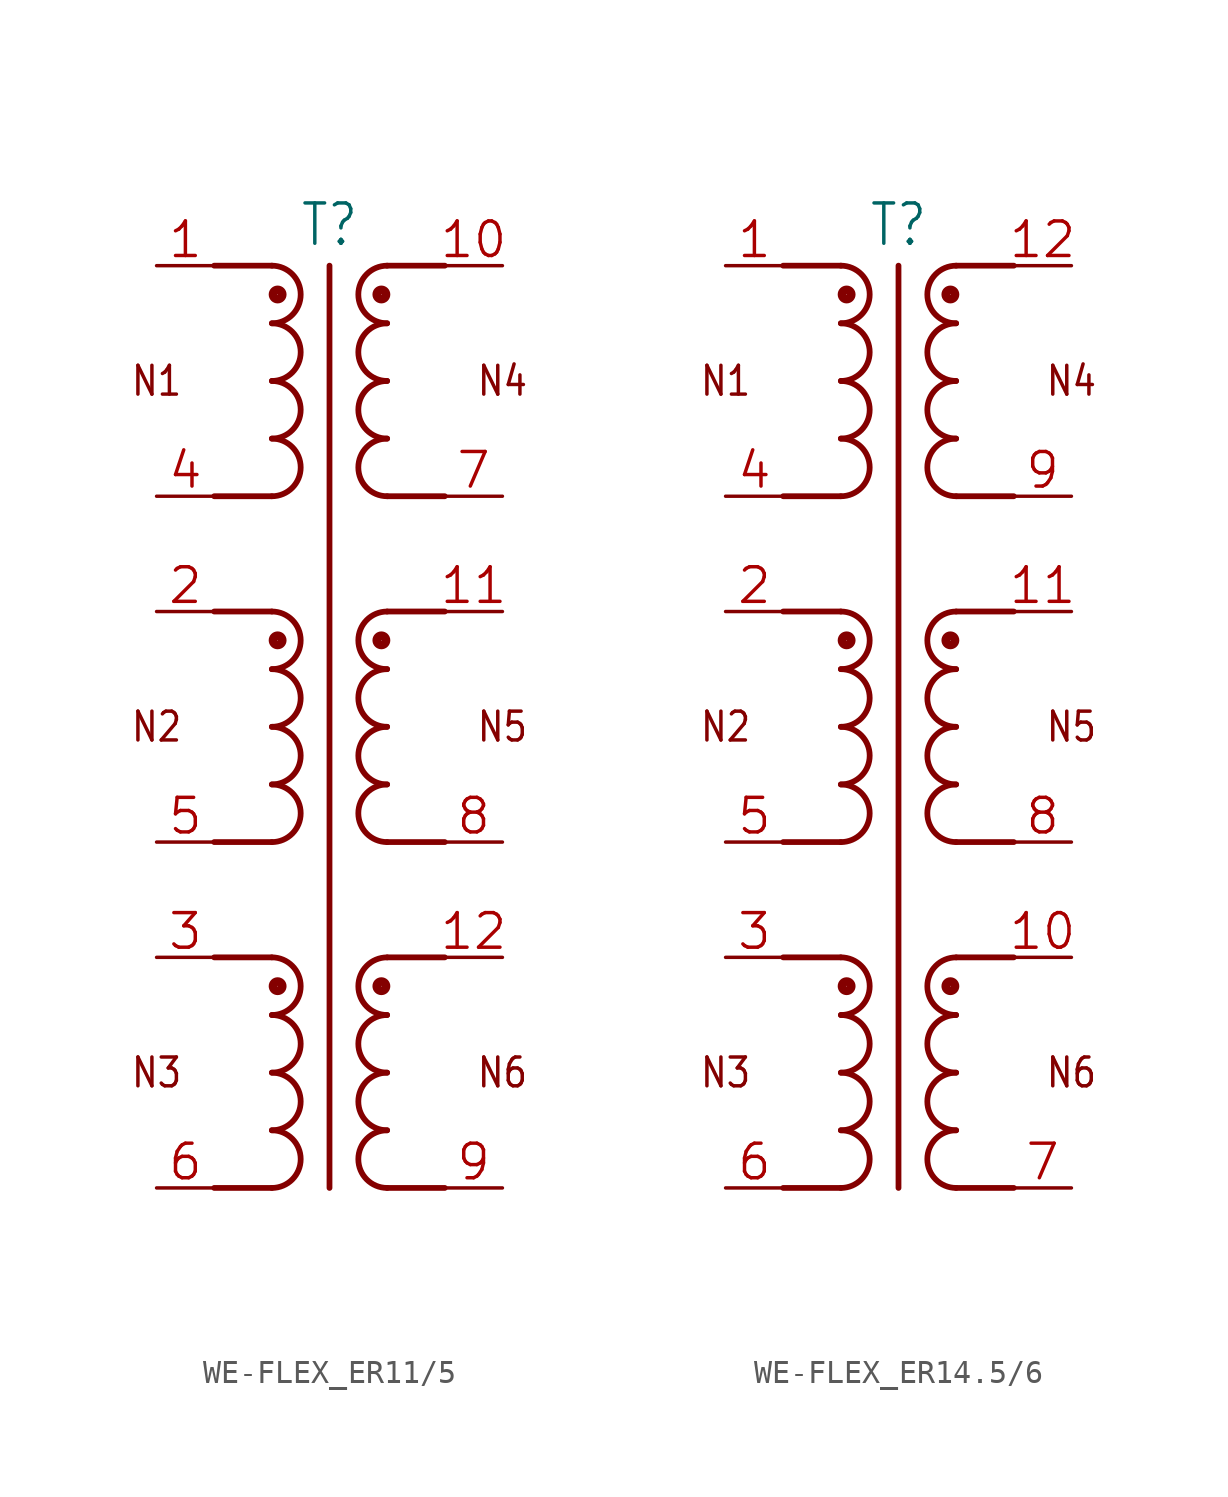
<source format=kicad_sym>
(kicad_symbol_lib
  (version 20241209)
  (generator "kicad_symbol_editor")
  (generator_version "9.0")
  (symbol "WE-FLEX_ER11/5"
    (property "Reference" "T"
      (at 0 21.082 0)
      (effects (font (size 1.778 1.511)) (justify bottom)))
    (property "Value" ""
      (at 0 -22.86 0)
      (effects (font (size 1.778 1.511)) (justify bottom)))
    (property "ki_locked" ""
      (at 0 0 0)
      (effects (font (size 1.27 1.27))))
    (symbol "WE-FLEX_ER11/5_1_0"
      (polyline (pts (xy -2.54 20.32) (xy -5.08 20.32)) (stroke (width 0.254) (type solid)) (fill (type none)))
      (arc (start -2.54 20.32) (mid -1.27 19.05) (end -2.54 17.78) (stroke (width 0.254) (type solid)) (fill (type none)))
      (arc (start -2.54 17.78) (mid -1.27 16.51) (end -2.54 15.24) (stroke (width 0.254) (type solid)) (fill (type none)))
      (arc (start -2.54 15.24) (mid -1.27 13.97) (end -2.54 12.7) (stroke (width 0.254) (type solid)) (fill (type none)))
      (arc (start -2.54 12.7) (mid -1.27 11.43) (end -2.54 10.16) (stroke (width 0.254) (type solid)) (fill (type none)))
      (polyline (pts (xy -2.54 10.16) (xy -5.08 10.16)) (stroke (width 0.254) (type solid)) (fill (type none)))
      (polyline (pts (xy -2.54 5.08) (xy -5.08 5.08)) (stroke (width 0.254) (type solid)) (fill (type none)))
      (arc (start -2.54 5.08) (mid -1.27 3.81) (end -2.54 2.54) (stroke (width 0.254) (type solid)) (fill (type none)))
      (arc (start -2.54 2.54) (mid -1.27 1.27) (end -2.54 0) (stroke (width 0.254) (type solid)) (fill (type none)))
      (arc (start -2.54 0) (mid -1.27 -1.27) (end -2.54 -2.54) (stroke (width 0.254) (type solid)) (fill (type none)))
      (arc (start -2.54 -2.54) (mid -1.27 -3.81) (end -2.54 -5.08) (stroke (width 0.254) (type solid)) (fill (type none)))
      (polyline (pts (xy -2.54 -5.08) (xy -5.08 -5.08)) (stroke (width 0.254) (type solid)) (fill (type none)))
      (polyline (pts (xy -2.54 -10.16) (xy -5.08 -10.16)) (stroke (width 0.254) (type solid)) (fill (type none)))
      (arc (start -2.54 -10.16) (mid -1.27 -11.43) (end -2.54 -12.7) (stroke (width 0.254) (type solid)) (fill (type none)))
      (arc (start -2.54 -12.7) (mid -1.27 -13.97) (end -2.54 -15.24) (stroke (width 0.254) (type solid)) (fill (type none)))
      (arc (start -2.54 -15.24) (mid -1.27 -16.51) (end -2.54 -17.78) (stroke (width 0.254) (type solid)) (fill (type none)))
      (arc (start -2.54 -17.78) (mid -1.27 -19.05) (end -2.54 -20.32) (stroke (width 0.254) (type solid)) (fill (type none)))
      (polyline (pts (xy -2.54 -20.32) (xy -5.08 -20.32)) (stroke (width 0.254) (type solid)) (fill (type none)))
      (circle (center -2.286 19.05) (radius 0.203) (stroke (width 0.381) (type solid)) (fill (type none)))
      (circle (center -2.286 3.81) (radius 0.203) (stroke (width 0.381) (type solid)) (fill (type none)))
      (circle (center -2.286 -11.43) (radius 0.203) (stroke (width 0.381) (type solid)) (fill (type none)))
      (polyline (pts (xy 0 20.32) (xy 0 -20.32)) (stroke (width 0.254) (type solid)) (fill (type none)))
      (circle (center 2.286 19.05) (radius 0.203) (stroke (width 0.381) (type solid)) (fill (type none)))
      (circle (center 2.286 3.81) (radius 0.203) (stroke (width 0.381) (type solid)) (fill (type none)))
      (circle (center 2.286 -11.43) (radius 0.203) (stroke (width 0.381) (type solid)) (fill (type none)))
      (polyline (pts (xy 2.54 20.32) (xy 5.08 20.32)) (stroke (width 0.254) (type solid)) (fill (type none)))
      (arc (start 2.54 17.78) (mid 1.27 19.05) (end 2.54 20.32) (stroke (width 0.254) (type solid)) (fill (type none)))
      (arc (start 2.54 15.24) (mid 1.27 16.51) (end 2.54 17.78) (stroke (width 0.254) (type solid)) (fill (type none)))
      (arc (start 2.54 12.7) (mid 1.27 13.97) (end 2.54 15.24) (stroke (width 0.254) (type solid)) (fill (type none)))
      (arc (start 2.54 10.16) (mid 1.27 11.43) (end 2.54 12.7) (stroke (width 0.254) (type solid)) (fill (type none)))
      (polyline (pts (xy 2.54 10.16) (xy 5.08 10.16)) (stroke (width 0.254) (type solid)) (fill (type none)))
      (polyline (pts (xy 2.54 5.08) (xy 5.08 5.08)) (stroke (width 0.254) (type solid)) (fill (type none)))
      (arc (start 2.54 2.54) (mid 1.27 3.81) (end 2.54 5.08) (stroke (width 0.254) (type solid)) (fill (type none)))
      (arc (start 2.54 0) (mid 1.27 1.27) (end 2.54 2.54) (stroke (width 0.254) (type solid)) (fill (type none)))
      (arc (start 2.54 -2.54) (mid 1.27 -1.27) (end 2.54 0) (stroke (width 0.254) (type solid)) (fill (type none)))
      (arc (start 2.54 -5.08) (mid 1.27 -3.81) (end 2.54 -2.54) (stroke (width 0.254) (type solid)) (fill (type none)))
      (polyline (pts (xy 2.54 -5.08) (xy 5.08 -5.08)) (stroke (width 0.254) (type solid)) (fill (type none)))
      (polyline (pts (xy 2.54 -10.16) (xy 5.08 -10.16)) (stroke (width 0.254) (type solid)) (fill (type none)))
      (arc (start 2.54 -12.7) (mid 1.27 -11.43) (end 2.54 -10.16) (stroke (width 0.254) (type solid)) (fill (type none)))
      (arc (start 2.54 -15.24) (mid 1.27 -13.97) (end 2.54 -12.7) (stroke (width 0.254) (type solid)) (fill (type none)))
      (arc (start 2.54 -17.78) (mid 1.27 -16.51) (end 2.54 -15.24) (stroke (width 0.254) (type solid)) (fill (type none)))
      (arc (start 2.54 -20.32) (mid 1.27 -19.05) (end 2.54 -17.78) (stroke (width 0.254) (type solid)) (fill (type none)))
      (polyline (pts (xy 2.54 -20.32) (xy 5.08 -20.32)) (stroke (width 0.254) (type solid)) (fill (type none)))
      (text "N1" (at -7.62 15.24 0) (effects (font (size 1.27 1.079))))
      (text "N2" (at -7.62 0 0) (effects (font (size 1.27 1.079))))
      (text "N3" (at -7.62 -15.24 0) (effects (font (size 1.27 1.079))))
      (text "N4" (at 7.62 15.24 0) (effects (font (size 1.27 1.079))))
      (text "N5" (at 7.62 0 0) (effects (font (size 1.27 1.079))))
      (text "N6" (at 7.62 -15.24 0) (effects (font (size 1.27 1.079))))
      (pin passive line (at -7.62 20.32 0) (length 2.54) (name "1" (effects (font (size 0 0)))) (number "1" (effects (font (size 1.524 1.524)))))
      (pin passive line (at -7.62 10.16 0) (length 2.54) (name "4" (effects (font (size 0 0)))) (number "4" (effects (font (size 1.524 1.524)))))
      (pin passive line (at -7.62 5.08 0) (length 2.54) (name "2" (effects (font (size 0 0)))) (number "2" (effects (font (size 1.524 1.524)))))
      (pin passive line (at -7.62 -5.08 0) (length 2.54) (name "5" (effects (font (size 0 0)))) (number "5" (effects (font (size 1.524 1.524)))))
      (pin passive line (at -7.62 -10.16 0) (length 2.54) (name "3" (effects (font (size 0 0)))) (number "3" (effects (font (size 1.524 1.524)))))
      (pin passive line (at -7.62 -20.32 0) (length 2.54) (name "6" (effects (font (size 0 0)))) (number "6" (effects (font (size 1.524 1.524)))))
      (pin passive line (at 7.62 20.32 180) (length 2.54) (name "10" (effects (font (size 0 0)))) (number "10" (effects (font (size 1.524 1.524)))))
      (pin passive line (at 7.62 10.16 180) (length 2.54) (name "7" (effects (font (size 0 0)))) (number "7" (effects (font (size 1.524 1.524)))))
      (pin passive line (at 7.62 5.08 180) (length 2.54) (name "11" (effects (font (size 0 0)))) (number "11" (effects (font (size 1.524 1.524)))))
      (pin passive line (at 7.62 -5.08 180) (length 2.54) (name "8" (effects (font (size 0 0)))) (number "8" (effects (font (size 1.524 1.524)))))
      (pin passive line (at 7.62 -10.16 180) (length 2.54) (name "12" (effects (font (size 0 0)))) (number "12" (effects (font (size 1.524 1.524)))))
      (pin passive line (at 7.62 -20.32 180) (length 2.54) (name "9" (effects (font (size 0 0)))) (number "9" (effects (font (size 1.524 1.524)))))))
  (symbol "WE-FLEX_ER14.5/6"
    (property "Reference" "T"
      (at 0 21.082 0)
      (effects (font (size 1.778 1.511)) (justify bottom)))
    (property "Value" ""
      (at 0 -22.86 0)
      (effects (font (size 1.778 1.511)) (justify bottom)))
    (property "ki_locked" ""
      (at 0 0 0)
      (effects (font (size 1.27 1.27))))
    (symbol "WE-FLEX_ER14.5/6_1_0"
      (polyline (pts (xy -2.54 20.32) (xy -5.08 20.32)) (stroke (width 0.254) (type solid)) (fill (type none)))
      (arc (start -2.54 20.32) (mid -1.27 19.05) (end -2.54 17.78) (stroke (width 0.254) (type solid)) (fill (type none)))
      (arc (start -2.54 17.78) (mid -1.27 16.51) (end -2.54 15.24) (stroke (width 0.254) (type solid)) (fill (type none)))
      (arc (start -2.54 15.24) (mid -1.27 13.97) (end -2.54 12.7) (stroke (width 0.254) (type solid)) (fill (type none)))
      (arc (start -2.54 12.7) (mid -1.27 11.43) (end -2.54 10.16) (stroke (width 0.254) (type solid)) (fill (type none)))
      (polyline (pts (xy -2.54 10.16) (xy -5.08 10.16)) (stroke (width 0.254) (type solid)) (fill (type none)))
      (polyline (pts (xy -2.54 5.08) (xy -5.08 5.08)) (stroke (width 0.254) (type solid)) (fill (type none)))
      (arc (start -2.54 5.08) (mid -1.27 3.81) (end -2.54 2.54) (stroke (width 0.254) (type solid)) (fill (type none)))
      (arc (start -2.54 2.54) (mid -1.27 1.27) (end -2.54 0) (stroke (width 0.254) (type solid)) (fill (type none)))
      (arc (start -2.54 0) (mid -1.27 -1.27) (end -2.54 -2.54) (stroke (width 0.254) (type solid)) (fill (type none)))
      (arc (start -2.54 -2.54) (mid -1.27 -3.81) (end -2.54 -5.08) (stroke (width 0.254) (type solid)) (fill (type none)))
      (polyline (pts (xy -2.54 -5.08) (xy -5.08 -5.08)) (stroke (width 0.254) (type solid)) (fill (type none)))
      (polyline (pts (xy -2.54 -10.16) (xy -5.08 -10.16)) (stroke (width 0.254) (type solid)) (fill (type none)))
      (arc (start -2.54 -10.16) (mid -1.27 -11.43) (end -2.54 -12.7) (stroke (width 0.254) (type solid)) (fill (type none)))
      (arc (start -2.54 -12.7) (mid -1.27 -13.97) (end -2.54 -15.24) (stroke (width 0.254) (type solid)) (fill (type none)))
      (arc (start -2.54 -15.24) (mid -1.27 -16.51) (end -2.54 -17.78) (stroke (width 0.254) (type solid)) (fill (type none)))
      (arc (start -2.54 -17.78) (mid -1.27 -19.05) (end -2.54 -20.32) (stroke (width 0.254) (type solid)) (fill (type none)))
      (polyline (pts (xy -2.54 -20.32) (xy -5.08 -20.32)) (stroke (width 0.254) (type solid)) (fill (type none)))
      (circle (center -2.286 19.05) (radius 0.203) (stroke (width 0.381) (type solid)) (fill (type none)))
      (circle (center -2.286 3.81) (radius 0.203) (stroke (width 0.381) (type solid)) (fill (type none)))
      (circle (center -2.286 -11.43) (radius 0.203) (stroke (width 0.381) (type solid)) (fill (type none)))
      (polyline (pts (xy 0 20.32) (xy 0 -20.32)) (stroke (width 0.254) (type solid)) (fill (type none)))
      (circle (center 2.286 19.05) (radius 0.203) (stroke (width 0.381) (type solid)) (fill (type none)))
      (circle (center 2.286 3.81) (radius 0.203) (stroke (width 0.381) (type solid)) (fill (type none)))
      (circle (center 2.286 -11.43) (radius 0.203) (stroke (width 0.381) (type solid)) (fill (type none)))
      (polyline (pts (xy 2.54 20.32) (xy 5.08 20.32)) (stroke (width 0.254) (type solid)) (fill (type none)))
      (arc (start 2.54 17.78) (mid 1.27 19.05) (end 2.54 20.32) (stroke (width 0.254) (type solid)) (fill (type none)))
      (arc (start 2.54 15.24) (mid 1.27 16.51) (end 2.54 17.78) (stroke (width 0.254) (type solid)) (fill (type none)))
      (arc (start 2.54 12.7) (mid 1.27 13.97) (end 2.54 15.24) (stroke (width 0.254) (type solid)) (fill (type none)))
      (arc (start 2.54 10.16) (mid 1.27 11.43) (end 2.54 12.7) (stroke (width 0.254) (type solid)) (fill (type none)))
      (polyline (pts (xy 2.54 10.16) (xy 5.08 10.16)) (stroke (width 0.254) (type solid)) (fill (type none)))
      (polyline (pts (xy 2.54 5.08) (xy 5.08 5.08)) (stroke (width 0.254) (type solid)) (fill (type none)))
      (arc (start 2.54 2.54) (mid 1.27 3.81) (end 2.54 5.08) (stroke (width 0.254) (type solid)) (fill (type none)))
      (arc (start 2.54 0) (mid 1.27 1.27) (end 2.54 2.54) (stroke (width 0.254) (type solid)) (fill (type none)))
      (arc (start 2.54 -2.54) (mid 1.27 -1.27) (end 2.54 0) (stroke (width 0.254) (type solid)) (fill (type none)))
      (arc (start 2.54 -5.08) (mid 1.27 -3.81) (end 2.54 -2.54) (stroke (width 0.254) (type solid)) (fill (type none)))
      (polyline (pts (xy 2.54 -5.08) (xy 5.08 -5.08)) (stroke (width 0.254) (type solid)) (fill (type none)))
      (polyline (pts (xy 2.54 -10.16) (xy 5.08 -10.16)) (stroke (width 0.254) (type solid)) (fill (type none)))
      (arc (start 2.54 -12.7) (mid 1.27 -11.43) (end 2.54 -10.16) (stroke (width 0.254) (type solid)) (fill (type none)))
      (arc (start 2.54 -15.24) (mid 1.27 -13.97) (end 2.54 -12.7) (stroke (width 0.254) (type solid)) (fill (type none)))
      (arc (start 2.54 -17.78) (mid 1.27 -16.51) (end 2.54 -15.24) (stroke (width 0.254) (type solid)) (fill (type none)))
      (arc (start 2.54 -20.32) (mid 1.27 -19.05) (end 2.54 -17.78) (stroke (width 0.254) (type solid)) (fill (type none)))
      (polyline (pts (xy 2.54 -20.32) (xy 5.08 -20.32)) (stroke (width 0.254) (type solid)) (fill (type none)))
      (text "N1" (at -7.62 15.24 0) (effects (font (size 1.27 1.079))))
      (text "N2" (at -7.62 0 0) (effects (font (size 1.27 1.079))))
      (text "N3" (at -7.62 -15.24 0) (effects (font (size 1.27 1.079))))
      (text "N4" (at 7.62 15.24 0) (effects (font (size 1.27 1.079))))
      (text "N5" (at 7.62 0 0) (effects (font (size 1.27 1.079))))
      (text "N6" (at 7.62 -15.24 0) (effects (font (size 1.27 1.079))))
      (pin passive line (at -7.62 20.32 0) (length 2.54) (name "1" (effects (font (size 0 0)))) (number "1" (effects (font (size 1.524 1.524)))))
      (pin passive line (at -7.62 10.16 0) (length 2.54) (name "4" (effects (font (size 0 0)))) (number "4" (effects (font (size 1.524 1.524)))))
      (pin passive line (at -7.62 5.08 0) (length 2.54) (name "2" (effects (font (size 0 0)))) (number "2" (effects (font (size 1.524 1.524)))))
      (pin passive line (at -7.62 -5.08 0) (length 2.54) (name "5" (effects (font (size 0 0)))) (number "5" (effects (font (size 1.524 1.524)))))
      (pin passive line (at -7.62 -10.16 0) (length 2.54) (name "3" (effects (font (size 0 0)))) (number "3" (effects (font (size 1.524 1.524)))))
      (pin passive line (at -7.62 -20.32 0) (length 2.54) (name "6" (effects (font (size 0 0)))) (number "6" (effects (font (size 1.524 1.524)))))
      (pin passive line (at 7.62 20.32 180) (length 2.54) (name "12" (effects (font (size 0 0)))) (number "12" (effects (font (size 1.524 1.524)))))
      (pin passive line (at 7.62 10.16 180) (length 2.54) (name "9" (effects (font (size 0 0)))) (number "9" (effects (font (size 1.524 1.524)))))
      (pin passive line (at 7.62 5.08 180) (length 2.54) (name "11" (effects (font (size 0 0)))) (number "11" (effects (font (size 1.524 1.524)))))
      (pin passive line (at 7.62 -5.08 180) (length 2.54) (name "8" (effects (font (size 0 0)))) (number "8" (effects (font (size 1.524 1.524)))))
      (pin passive line (at 7.62 -10.16 180) (length 2.54) (name "10" (effects (font (size 0 0)))) (number "10" (effects (font (size 1.524 1.524)))))
      (pin passive line (at 7.62 -20.32 180) (length 2.54) (name "7" (effects (font (size 0 0)))) (number "7" (effects (font (size 1.524 1.524))))))))
</source>
